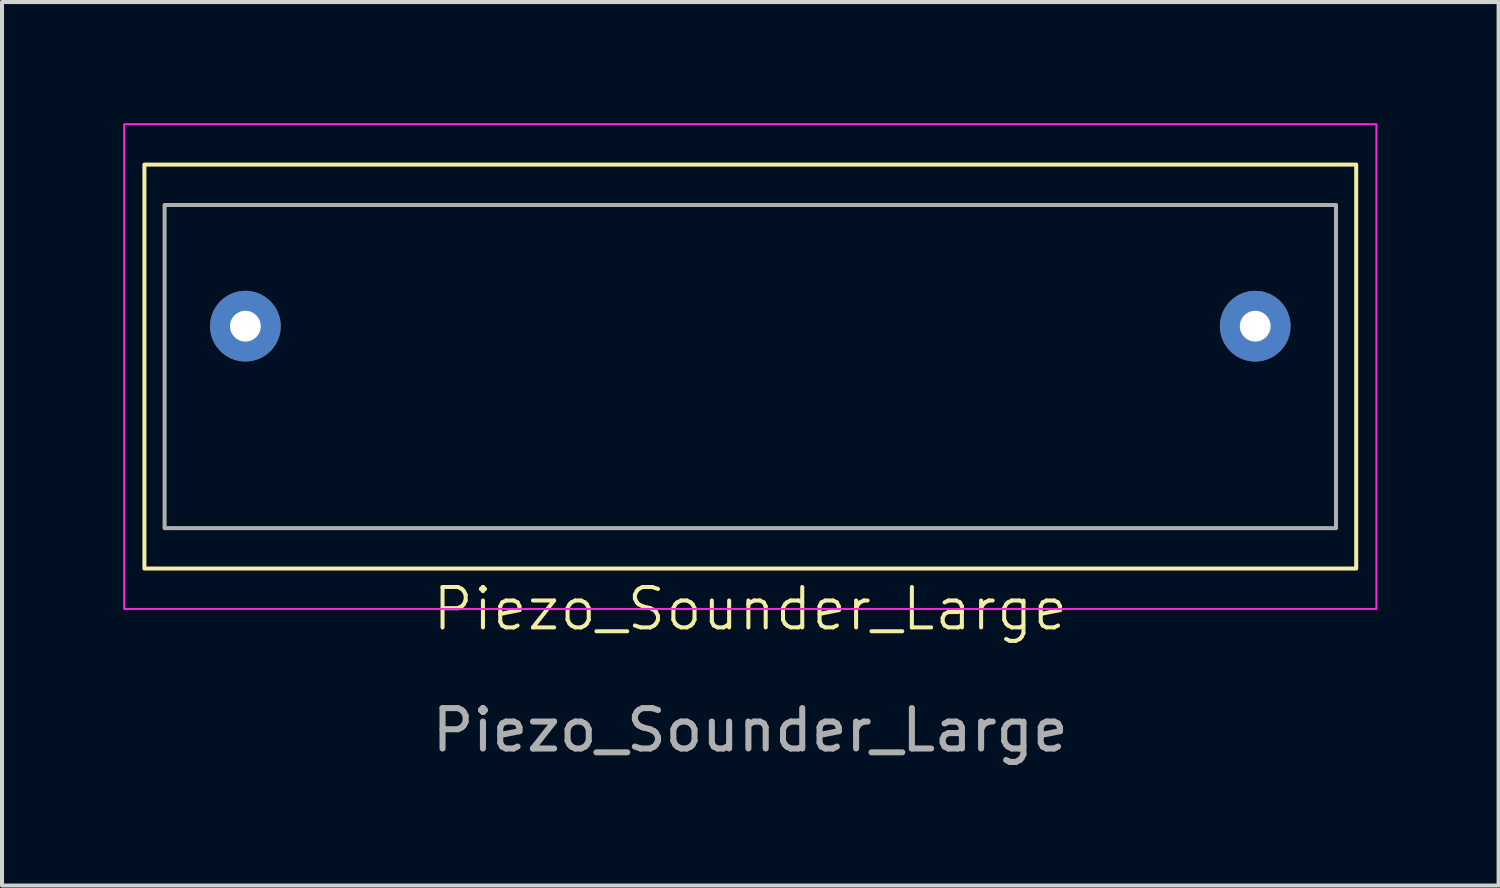
<source format=kicad_pcb>
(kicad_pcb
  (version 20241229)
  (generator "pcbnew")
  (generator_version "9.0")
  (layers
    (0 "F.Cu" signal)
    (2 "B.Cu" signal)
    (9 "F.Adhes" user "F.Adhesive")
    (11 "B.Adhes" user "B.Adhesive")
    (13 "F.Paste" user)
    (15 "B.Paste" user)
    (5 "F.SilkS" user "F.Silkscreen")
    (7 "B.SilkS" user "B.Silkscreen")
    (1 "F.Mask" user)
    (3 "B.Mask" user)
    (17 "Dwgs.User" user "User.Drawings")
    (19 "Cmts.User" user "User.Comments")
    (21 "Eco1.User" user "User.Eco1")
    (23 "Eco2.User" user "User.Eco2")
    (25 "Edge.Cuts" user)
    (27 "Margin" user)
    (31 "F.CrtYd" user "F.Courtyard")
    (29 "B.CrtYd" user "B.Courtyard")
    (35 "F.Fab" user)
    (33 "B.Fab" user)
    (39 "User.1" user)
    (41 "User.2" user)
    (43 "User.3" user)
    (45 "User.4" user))
  (footprint "Piezo_Sounder_Large"
    (layer "F.Cu")
    (at 15.525 5.025)
    (property "Reference" "Piezo_Sounder_Large" (at 0 7 0) (unlocked yes) (layer "F.SilkS") (effects (font (size 1 1) (thickness 0.1))))
    (attr through_hole)
    (fp_rect (start -15 -4) (end 15 6) (stroke (width 0.1) (type default)) (fill no) (layer "F.SilkS"))
    (fp_rect (start -15.5 -5) (end 15.5 7) (stroke (width 0.05) (type default)) (fill no) (layer "F.CrtYd"))
    (fp_rect (start -14.5 -3) (end 14.5 5) (stroke (width 0.1) (type default)) (fill no) (layer "F.Fab"))
    (fp_text user "${REFERENCE}" (at 0 10 0) (unlocked yes) (layer "F.Fab") (effects (font (size 1 1) (thickness 0.15))))
    (pad "1" thru_hole circle (at -12.5 0) (size 1.75 1.75) (drill 0.762) (layers "*.Cu" "*.Mask"))
    (pad "2" thru_hole circle (at 12.5 0) (size 1.75 1.75) (drill 0.762) (layers "*.Cu" "*.Mask")))
  (gr_rect
    (start -3 -3)
    (end 34.05 18.873)
    (stroke (width 0.1) (type default))
    (fill no)
    (layer "Edge.Cuts")))
</source>
